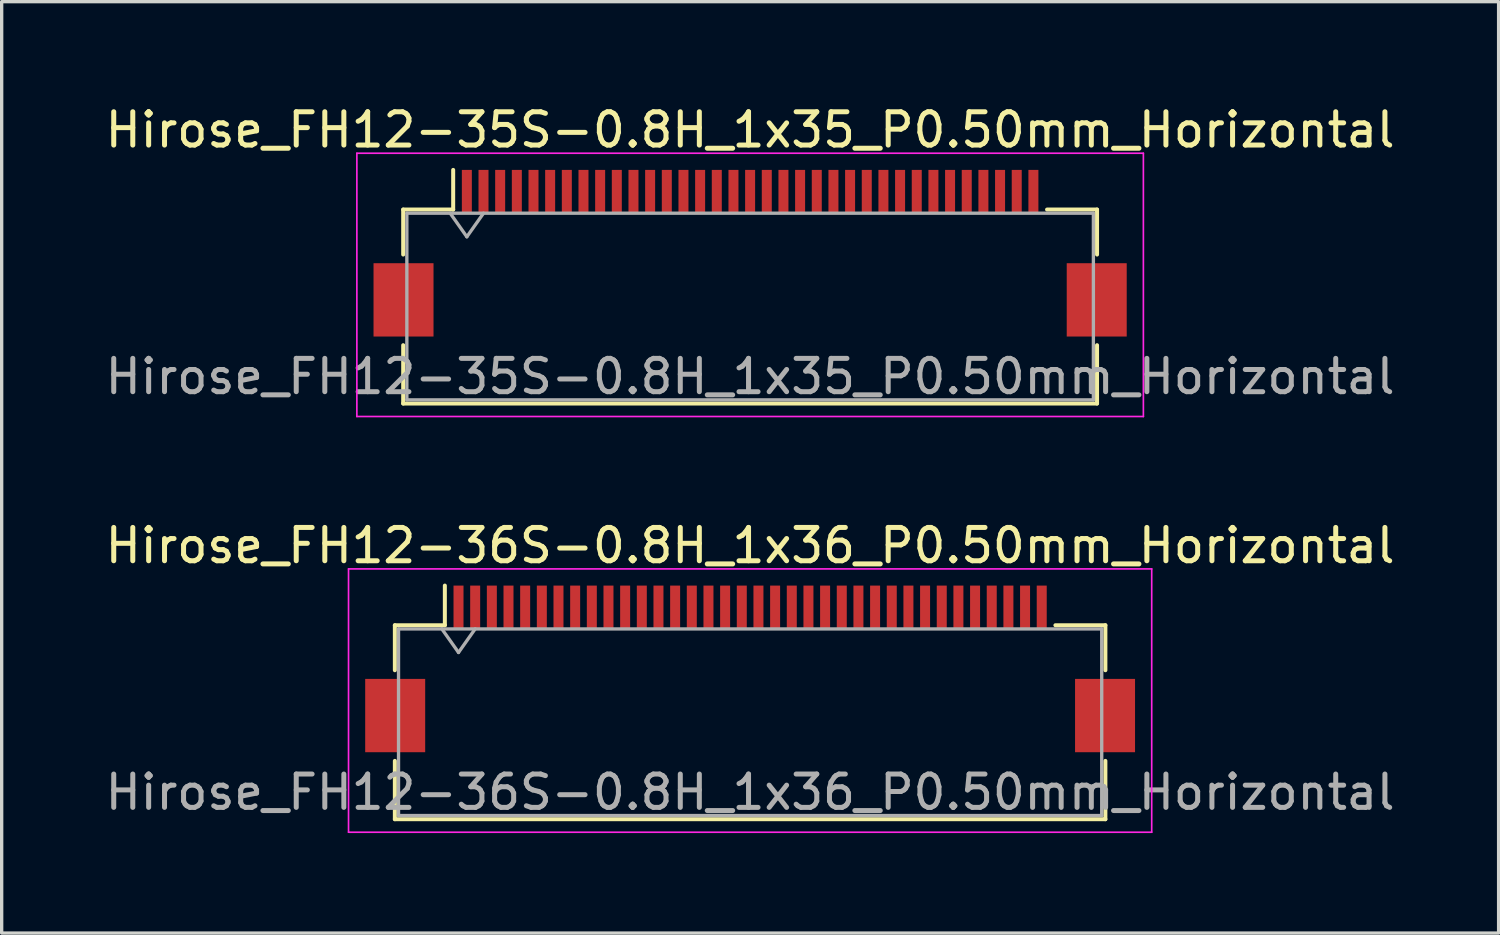
<source format=kicad_pcb>
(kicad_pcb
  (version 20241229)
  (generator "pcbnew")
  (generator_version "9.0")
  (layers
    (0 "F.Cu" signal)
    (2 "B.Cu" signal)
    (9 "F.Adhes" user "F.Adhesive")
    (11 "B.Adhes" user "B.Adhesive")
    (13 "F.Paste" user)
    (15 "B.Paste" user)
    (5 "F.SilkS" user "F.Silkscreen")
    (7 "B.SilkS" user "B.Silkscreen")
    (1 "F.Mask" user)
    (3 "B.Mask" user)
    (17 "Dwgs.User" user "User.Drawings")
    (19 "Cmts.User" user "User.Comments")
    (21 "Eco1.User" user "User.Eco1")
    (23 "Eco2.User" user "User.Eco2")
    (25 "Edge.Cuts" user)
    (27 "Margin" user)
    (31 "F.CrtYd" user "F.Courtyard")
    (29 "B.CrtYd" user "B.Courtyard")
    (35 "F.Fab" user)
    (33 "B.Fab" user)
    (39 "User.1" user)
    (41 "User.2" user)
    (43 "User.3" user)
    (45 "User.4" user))
  (footprint "Hirose_FH12-36S-0.8H_1x36_P0.50mm_Horizontal"
    (layer "F.Cu")
    (at 19.458 17.021)
    (property "Reference" "Hirose_FH12-36S-0.8H_1x36_P0.50mm_Horizontal" (at 0 -3.7 0) (layer "F.SilkS") (effects (font (size 1 1) (thickness 0.15))))
    (attr smd)
    (fp_line (start -10.66 -1.31) (end -9.16 -1.31) (stroke (width 0.12) (type solid)) (layer "F.SilkS"))
    (fp_line (start -10.66 0.04) (end -10.66 -1.31) (stroke (width 0.12) (type solid)) (layer "F.SilkS"))
    (fp_line (start -10.66 2.76) (end -10.66 4.51) (stroke (width 0.12) (type solid)) (layer "F.SilkS"))
    (fp_line (start -10.66 4.51) (end 10.66 4.51) (stroke (width 0.12) (type solid)) (layer "F.SilkS"))
    (fp_line (start -9.16 -1.31) (end -9.16 -2.5) (stroke (width 0.12) (type solid)) (layer "F.SilkS"))
    (fp_line (start 10.66 -1.31) (end 9.16 -1.31) (stroke (width 0.12) (type solid)) (layer "F.SilkS"))
    (fp_line (start 10.66 0.04) (end 10.66 -1.31) (stroke (width 0.12) (type solid)) (layer "F.SilkS"))
    (fp_line (start 10.66 4.51) (end 10.66 2.76) (stroke (width 0.12) (type solid)) (layer "F.SilkS"))
    (fp_line (start -12.05 -3) (end -12.05 4.9) (stroke (width 0.05) (type solid)) (layer "F.CrtYd"))
    (fp_line (start -12.05 4.9) (end 12.05 4.9) (stroke (width 0.05) (type solid)) (layer "F.CrtYd"))
    (fp_line (start 12.05 -3) (end -12.05 -3) (stroke (width 0.05) (type solid)) (layer "F.CrtYd"))
    (fp_line (start 12.05 4.9) (end 12.05 -3) (stroke (width 0.05) (type solid)) (layer "F.CrtYd"))
    (fp_line (start -10.55 -1.2) (end -10.55 4.4) (stroke (width 0.1) (type solid)) (layer "F.Fab"))
    (fp_line (start -10.55 -1.2) (end 10.55 -1.2) (stroke (width 0.1) (type solid)) (layer "F.Fab"))
    (fp_line (start -10.55 4.4) (end 10.55 4.4) (stroke (width 0.1) (type solid)) (layer "F.Fab"))
    (fp_line (start -9.25 -1.2) (end -8.75 -0.493) (stroke (width 0.1) (type solid)) (layer "F.Fab"))
    (fp_line (start -8.75 -0.493) (end -8.25 -1.2) (stroke (width 0.1) (type solid)) (layer "F.Fab"))
    (fp_line (start 10.55 -1.2) (end 10.55 4.4) (stroke (width 0.1) (type solid)) (layer "F.Fab"))
    (fp_text user "${REFERENCE}" (at 0 3.7 0) (layer "F.Fab") (effects (font (size 1 1) (thickness 0.15))))
    (pad "" smd rect (at -10.65 1.4) (size 1.8 2.2) (layers "F.Cu" "F.Mask" "F.Paste"))
    (pad "" smd rect (at 10.65 1.4) (size 1.8 2.2) (layers "F.Cu" "F.Mask" "F.Paste"))
    (pad "1" smd rect (at -8.75 -1.85) (size 0.3 1.3) (layers "F.Cu" "F.Mask" "F.Paste"))
    (pad "2" smd rect (at -8.25 -1.85) (size 0.3 1.3) (layers "F.Cu" "F.Mask" "F.Paste"))
    (pad "3" smd rect (at -7.75 -1.85) (size 0.3 1.3) (layers "F.Cu" "F.Mask" "F.Paste"))
    (pad "4" smd rect (at -7.25 -1.85) (size 0.3 1.3) (layers "F.Cu" "F.Mask" "F.Paste"))
    (pad "5" smd rect (at -6.75 -1.85) (size 0.3 1.3) (layers "F.Cu" "F.Mask" "F.Paste"))
    (pad "6" smd rect (at -6.25 -1.85) (size 0.3 1.3) (layers "F.Cu" "F.Mask" "F.Paste"))
    (pad "7" smd rect (at -5.75 -1.85) (size 0.3 1.3) (layers "F.Cu" "F.Mask" "F.Paste"))
    (pad "8" smd rect (at -5.25 -1.85) (size 0.3 1.3) (layers "F.Cu" "F.Mask" "F.Paste"))
    (pad "9" smd rect (at -4.75 -1.85) (size 0.3 1.3) (layers "F.Cu" "F.Mask" "F.Paste"))
    (pad "10" smd rect (at -4.25 -1.85) (size 0.3 1.3) (layers "F.Cu" "F.Mask" "F.Paste"))
    (pad "11" smd rect (at -3.75 -1.85) (size 0.3 1.3) (layers "F.Cu" "F.Mask" "F.Paste"))
    (pad "12" smd rect (at -3.25 -1.85) (size 0.3 1.3) (layers "F.Cu" "F.Mask" "F.Paste"))
    (pad "13" smd rect (at -2.75 -1.85) (size 0.3 1.3) (layers "F.Cu" "F.Mask" "F.Paste"))
    (pad "14" smd rect (at -2.25 -1.85) (size 0.3 1.3) (layers "F.Cu" "F.Mask" "F.Paste"))
    (pad "15" smd rect (at -1.75 -1.85) (size 0.3 1.3) (layers "F.Cu" "F.Mask" "F.Paste"))
    (pad "16" smd rect (at -1.25 -1.85) (size 0.3 1.3) (layers "F.Cu" "F.Mask" "F.Paste"))
    (pad "17" smd rect (at -0.75 -1.85) (size 0.3 1.3) (layers "F.Cu" "F.Mask" "F.Paste"))
    (pad "18" smd rect (at -0.25 -1.85) (size 0.3 1.3) (layers "F.Cu" "F.Mask" "F.Paste"))
    (pad "19" smd rect (at 0.25 -1.85) (size 0.3 1.3) (layers "F.Cu" "F.Mask" "F.Paste"))
    (pad "20" smd rect (at 0.75 -1.85) (size 0.3 1.3) (layers "F.Cu" "F.Mask" "F.Paste"))
    (pad "21" smd rect (at 1.25 -1.85) (size 0.3 1.3) (layers "F.Cu" "F.Mask" "F.Paste"))
    (pad "22" smd rect (at 1.75 -1.85) (size 0.3 1.3) (layers "F.Cu" "F.Mask" "F.Paste"))
    (pad "23" smd rect (at 2.25 -1.85) (size 0.3 1.3) (layers "F.Cu" "F.Mask" "F.Paste"))
    (pad "24" smd rect (at 2.75 -1.85) (size 0.3 1.3) (layers "F.Cu" "F.Mask" "F.Paste"))
    (pad "25" smd rect (at 3.25 -1.85) (size 0.3 1.3) (layers "F.Cu" "F.Mask" "F.Paste"))
    (pad "26" smd rect (at 3.75 -1.85) (size 0.3 1.3) (layers "F.Cu" "F.Mask" "F.Paste"))
    (pad "27" smd rect (at 4.25 -1.85) (size 0.3 1.3) (layers "F.Cu" "F.Mask" "F.Paste"))
    (pad "28" smd rect (at 4.75 -1.85) (size 0.3 1.3) (layers "F.Cu" "F.Mask" "F.Paste"))
    (pad "29" smd rect (at 5.25 -1.85) (size 0.3 1.3) (layers "F.Cu" "F.Mask" "F.Paste"))
    (pad "30" smd rect (at 5.75 -1.85) (size 0.3 1.3) (layers "F.Cu" "F.Mask" "F.Paste"))
    (pad "31" smd rect (at 6.25 -1.85) (size 0.3 1.3) (layers "F.Cu" "F.Mask" "F.Paste"))
    (pad "32" smd rect (at 6.75 -1.85) (size 0.3 1.3) (layers "F.Cu" "F.Mask" "F.Paste"))
    (pad "33" smd rect (at 7.25 -1.85) (size 0.3 1.3) (layers "F.Cu" "F.Mask" "F.Paste"))
    (pad "34" smd rect (at 7.75 -1.85) (size 0.3 1.3) (layers "F.Cu" "F.Mask" "F.Paste"))
    (pad "35" smd rect (at 8.25 -1.85) (size 0.3 1.3) (layers "F.Cu" "F.Mask" "F.Paste"))
    (pad "36" smd rect (at 8.75 -1.85) (size 0.3 1.3) (layers "F.Cu" "F.Mask" "F.Paste")))
  (footprint "Hirose_FH12-35S-0.8H_1x35_P0.50mm_Horizontal"
    (layer "F.Cu")
    (at 19.458 4.548)
    (property "Reference" "Hirose_FH12-35S-0.8H_1x35_P0.50mm_Horizontal" (at 0 -3.7 0) (layer "F.SilkS") (effects (font (size 1 1) (thickness 0.15))))
    (attr smd)
    (fp_line (start -10.41 -1.31) (end -8.91 -1.31) (stroke (width 0.12) (type solid)) (layer "F.SilkS"))
    (fp_line (start -10.41 0.04) (end -10.41 -1.31) (stroke (width 0.12) (type solid)) (layer "F.SilkS"))
    (fp_line (start -10.41 2.76) (end -10.41 4.51) (stroke (width 0.12) (type solid)) (layer "F.SilkS"))
    (fp_line (start -10.41 4.51) (end 10.41 4.51) (stroke (width 0.12) (type solid)) (layer "F.SilkS"))
    (fp_line (start -8.91 -1.31) (end -8.91 -2.5) (stroke (width 0.12) (type solid)) (layer "F.SilkS"))
    (fp_line (start 10.41 -1.31) (end 8.91 -1.31) (stroke (width 0.12) (type solid)) (layer "F.SilkS"))
    (fp_line (start 10.41 0.04) (end 10.41 -1.31) (stroke (width 0.12) (type solid)) (layer "F.SilkS"))
    (fp_line (start 10.41 4.51) (end 10.41 2.76) (stroke (width 0.12) (type solid)) (layer "F.SilkS"))
    (fp_line (start -11.8 -3) (end -11.8 4.9) (stroke (width 0.05) (type solid)) (layer "F.CrtYd"))
    (fp_line (start -11.8 4.9) (end 11.8 4.9) (stroke (width 0.05) (type solid)) (layer "F.CrtYd"))
    (fp_line (start 11.8 -3) (end -11.8 -3) (stroke (width 0.05) (type solid)) (layer "F.CrtYd"))
    (fp_line (start 11.8 4.9) (end 11.8 -3) (stroke (width 0.05) (type solid)) (layer "F.CrtYd"))
    (fp_line (start -10.3 -1.2) (end -10.3 4.4) (stroke (width 0.1) (type solid)) (layer "F.Fab"))
    (fp_line (start -10.3 -1.2) (end 10.3 -1.2) (stroke (width 0.1) (type solid)) (layer "F.Fab"))
    (fp_line (start -10.3 4.4) (end 10.3 4.4) (stroke (width 0.1) (type solid)) (layer "F.Fab"))
    (fp_line (start -9 -1.2) (end -8.5 -0.493) (stroke (width 0.1) (type solid)) (layer "F.Fab"))
    (fp_line (start -8.5 -0.493) (end -8 -1.2) (stroke (width 0.1) (type solid)) (layer "F.Fab"))
    (fp_line (start 10.3 -1.2) (end 10.3 4.4) (stroke (width 0.1) (type solid)) (layer "F.Fab"))
    (fp_text user "${REFERENCE}" (at 0 3.7 0) (layer "F.Fab") (effects (font (size 1 1) (thickness 0.15))))
    (pad "" smd rect (at -10.4 1.4) (size 1.8 2.2) (layers "F.Cu" "F.Mask" "F.Paste"))
    (pad "" smd rect (at 10.4 1.4) (size 1.8 2.2) (layers "F.Cu" "F.Mask" "F.Paste"))
    (pad "1" smd rect (at -8.5 -1.85) (size 0.3 1.3) (layers "F.Cu" "F.Mask" "F.Paste"))
    (pad "2" smd rect (at -8 -1.85) (size 0.3 1.3) (layers "F.Cu" "F.Mask" "F.Paste"))
    (pad "3" smd rect (at -7.5 -1.85) (size 0.3 1.3) (layers "F.Cu" "F.Mask" "F.Paste"))
    (pad "4" smd rect (at -7 -1.85) (size 0.3 1.3) (layers "F.Cu" "F.Mask" "F.Paste"))
    (pad "5" smd rect (at -6.5 -1.85) (size 0.3 1.3) (layers "F.Cu" "F.Mask" "F.Paste"))
    (pad "6" smd rect (at -6 -1.85) (size 0.3 1.3) (layers "F.Cu" "F.Mask" "F.Paste"))
    (pad "7" smd rect (at -5.5 -1.85) (size 0.3 1.3) (layers "F.Cu" "F.Mask" "F.Paste"))
    (pad "8" smd rect (at -5 -1.85) (size 0.3 1.3) (layers "F.Cu" "F.Mask" "F.Paste"))
    (pad "9" smd rect (at -4.5 -1.85) (size 0.3 1.3) (layers "F.Cu" "F.Mask" "F.Paste"))
    (pad "10" smd rect (at -4 -1.85) (size 0.3 1.3) (layers "F.Cu" "F.Mask" "F.Paste"))
    (pad "11" smd rect (at -3.5 -1.85) (size 0.3 1.3) (layers "F.Cu" "F.Mask" "F.Paste"))
    (pad "12" smd rect (at -3 -1.85) (size 0.3 1.3) (layers "F.Cu" "F.Mask" "F.Paste"))
    (pad "13" smd rect (at -2.5 -1.85) (size 0.3 1.3) (layers "F.Cu" "F.Mask" "F.Paste"))
    (pad "14" smd rect (at -2 -1.85) (size 0.3 1.3) (layers "F.Cu" "F.Mask" "F.Paste"))
    (pad "15" smd rect (at -1.5 -1.85) (size 0.3 1.3) (layers "F.Cu" "F.Mask" "F.Paste"))
    (pad "16" smd rect (at -1 -1.85) (size 0.3 1.3) (layers "F.Cu" "F.Mask" "F.Paste"))
    (pad "17" smd rect (at -0.5 -1.85) (size 0.3 1.3) (layers "F.Cu" "F.Mask" "F.Paste"))
    (pad "18" smd rect (at 0 -1.85) (size 0.3 1.3) (layers "F.Cu" "F.Mask" "F.Paste"))
    (pad "19" smd rect (at 0.5 -1.85) (size 0.3 1.3) (layers "F.Cu" "F.Mask" "F.Paste"))
    (pad "20" smd rect (at 1 -1.85) (size 0.3 1.3) (layers "F.Cu" "F.Mask" "F.Paste"))
    (pad "21" smd rect (at 1.5 -1.85) (size 0.3 1.3) (layers "F.Cu" "F.Mask" "F.Paste"))
    (pad "22" smd rect (at 2 -1.85) (size 0.3 1.3) (layers "F.Cu" "F.Mask" "F.Paste"))
    (pad "23" smd rect (at 2.5 -1.85) (size 0.3 1.3) (layers "F.Cu" "F.Mask" "F.Paste"))
    (pad "24" smd rect (at 3 -1.85) (size 0.3 1.3) (layers "F.Cu" "F.Mask" "F.Paste"))
    (pad "25" smd rect (at 3.5 -1.85) (size 0.3 1.3) (layers "F.Cu" "F.Mask" "F.Paste"))
    (pad "26" smd rect (at 4 -1.85) (size 0.3 1.3) (layers "F.Cu" "F.Mask" "F.Paste"))
    (pad "27" smd rect (at 4.5 -1.85) (size 0.3 1.3) (layers "F.Cu" "F.Mask" "F.Paste"))
    (pad "28" smd rect (at 5 -1.85) (size 0.3 1.3) (layers "F.Cu" "F.Mask" "F.Paste"))
    (pad "29" smd rect (at 5.5 -1.85) (size 0.3 1.3) (layers "F.Cu" "F.Mask" "F.Paste"))
    (pad "30" smd rect (at 6 -1.85) (size 0.3 1.3) (layers "F.Cu" "F.Mask" "F.Paste"))
    (pad "31" smd rect (at 6.5 -1.85) (size 0.3 1.3) (layers "F.Cu" "F.Mask" "F.Paste"))
    (pad "32" smd rect (at 7 -1.85) (size 0.3 1.3) (layers "F.Cu" "F.Mask" "F.Paste"))
    (pad "33" smd rect (at 7.5 -1.85) (size 0.3 1.3) (layers "F.Cu" "F.Mask" "F.Paste"))
    (pad "34" smd rect (at 8 -1.85) (size 0.3 1.3) (layers "F.Cu" "F.Mask" "F.Paste"))
    (pad "35" smd rect (at 8.5 -1.85) (size 0.3 1.3) (layers "F.Cu" "F.Mask" "F.Paste")))
  (gr_rect
    (start -3 -3)
    (end 41.917 24.947)
    (stroke (width 0.1) (type default))
    (fill no)
    (layer "Edge.Cuts")))
</source>
